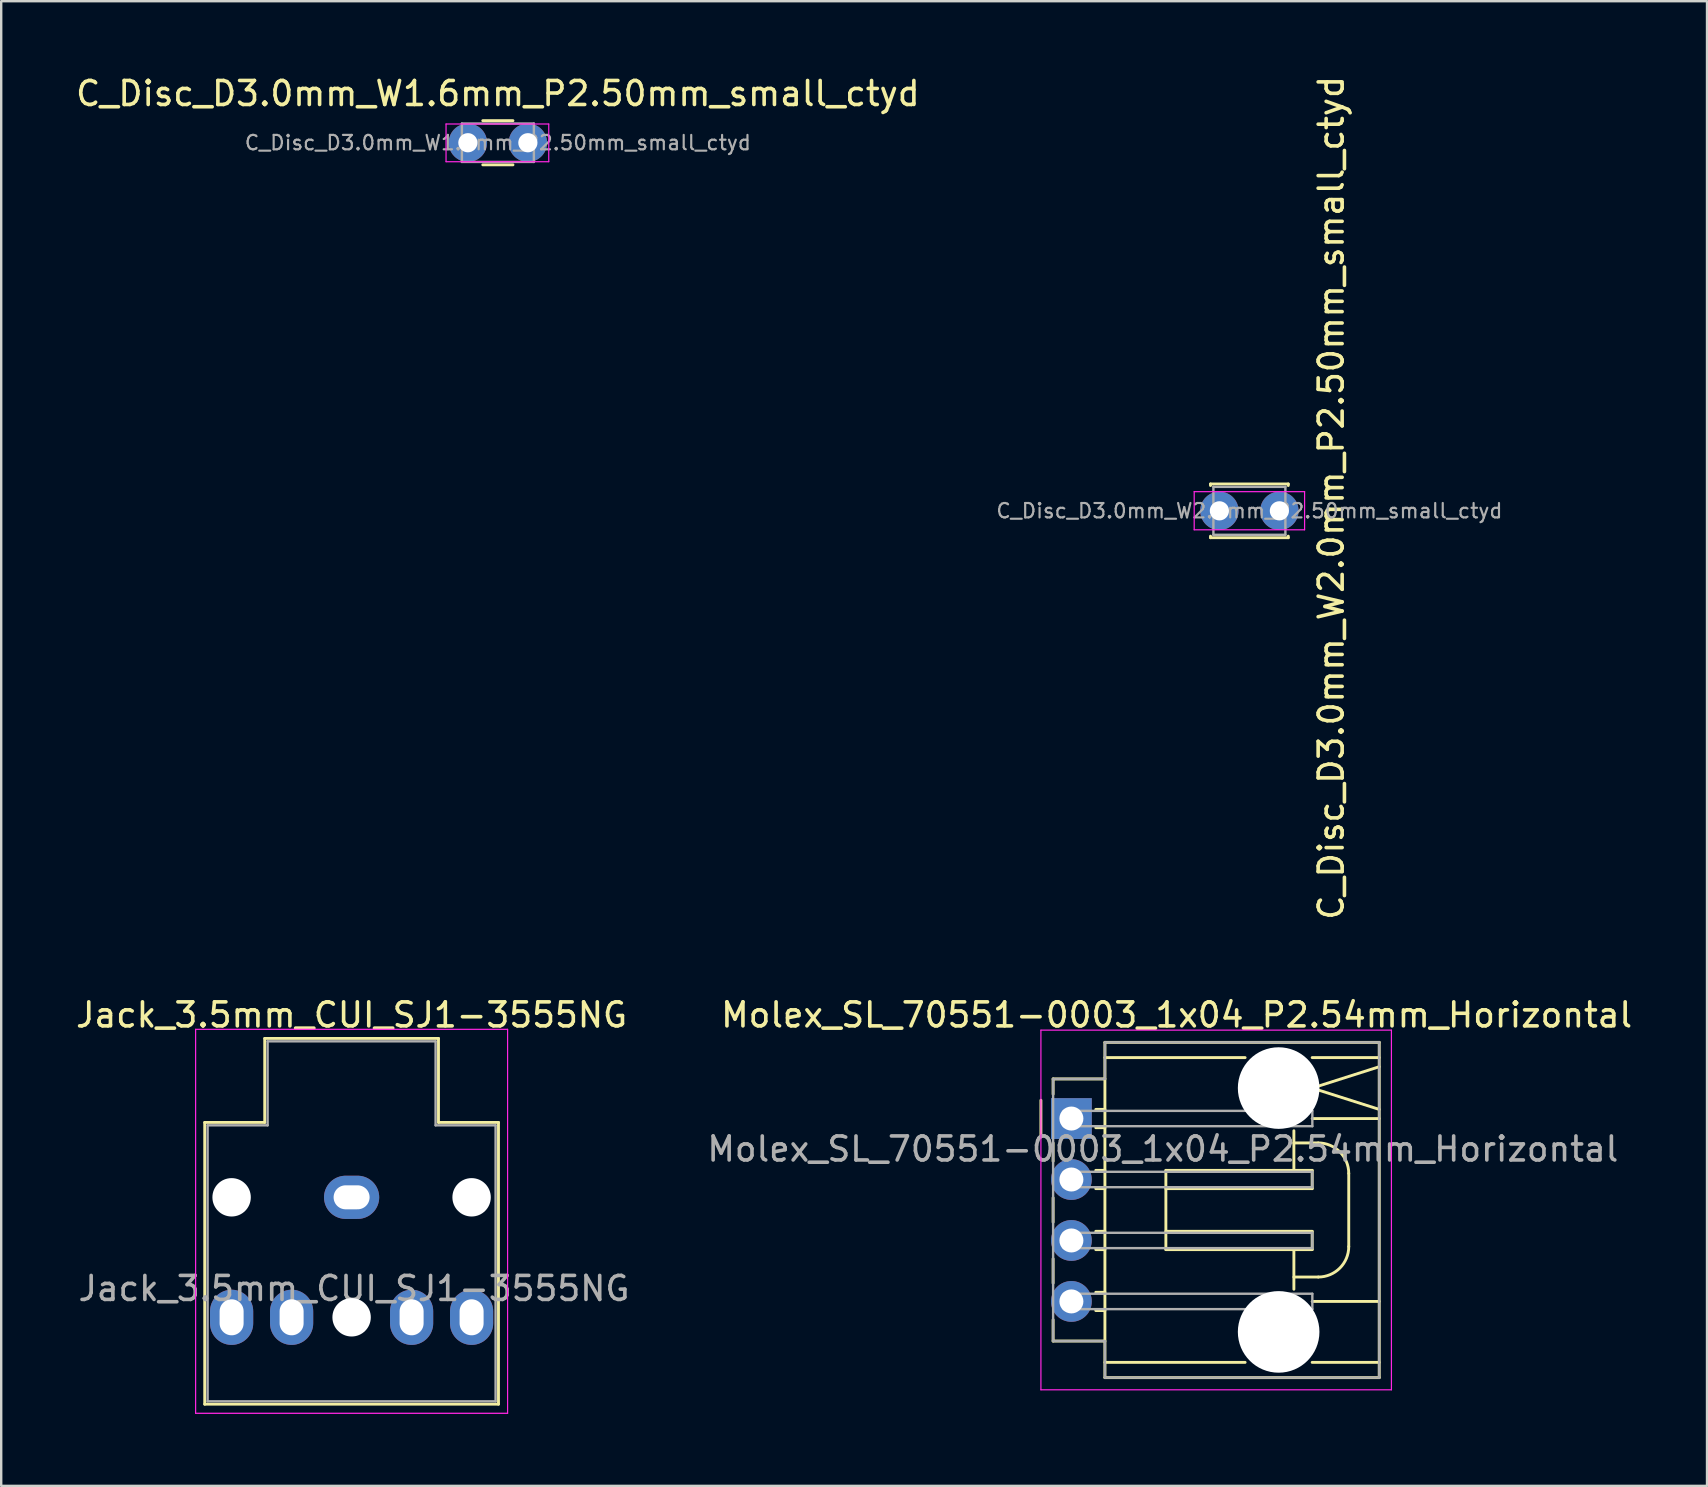
<source format=kicad_pcb>
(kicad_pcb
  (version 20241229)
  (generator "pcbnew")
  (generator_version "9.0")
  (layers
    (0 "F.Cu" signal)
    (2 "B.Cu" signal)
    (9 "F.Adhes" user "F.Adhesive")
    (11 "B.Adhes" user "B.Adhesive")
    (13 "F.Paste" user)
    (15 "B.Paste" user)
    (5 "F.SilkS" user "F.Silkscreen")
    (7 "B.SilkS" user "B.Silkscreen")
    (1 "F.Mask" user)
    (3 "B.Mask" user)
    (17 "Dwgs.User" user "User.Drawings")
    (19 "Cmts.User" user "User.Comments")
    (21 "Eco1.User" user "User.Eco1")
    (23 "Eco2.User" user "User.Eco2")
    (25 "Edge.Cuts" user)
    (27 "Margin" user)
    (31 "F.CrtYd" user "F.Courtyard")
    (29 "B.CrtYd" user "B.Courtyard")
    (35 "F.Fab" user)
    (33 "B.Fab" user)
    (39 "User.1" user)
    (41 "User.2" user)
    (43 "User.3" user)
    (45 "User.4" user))
  (footprint "C_Disc_D3.0mm_W1.6mm_P2.50mm_small_ctyd"
    (layer "F.Cu")
    (at 16.446 2.898)
    (property "Reference" "C_Disc_D3.0mm_W1.6mm_P2.50mm_small_ctyd" (at 1.25 -2.05 0) (layer "F.SilkS") (effects (font (size 1 1) (thickness 0.15))))
    (attr through_hole)
    (fp_line (start 0.621 -0.92) (end 1.879 -0.92) (stroke (width 0.12) (type solid)) (layer "F.SilkS"))
    (fp_line (start 0.621 0.92) (end 1.879 0.92) (stroke (width 0.12) (type solid)) (layer "F.SilkS"))
    (fp_line (start -0.91 -0.78) (end -0.91 0.79) (stroke (width 0.05) (type solid)) (layer "F.CrtYd"))
    (fp_line (start -0.91 0.79) (end 3.37 0.79) (stroke (width 0.05) (type solid)) (layer "F.CrtYd"))
    (fp_line (start 3.37 -0.78) (end -0.91 -0.78) (stroke (width 0.05) (type solid)) (layer "F.CrtYd"))
    (fp_line (start 3.37 0.79) (end 3.37 -0.78) (stroke (width 0.05) (type solid)) (layer "F.CrtYd"))
    (fp_line (start -0.25 -0.8) (end -0.25 0.8) (stroke (width 0.1) (type solid)) (layer "F.Fab"))
    (fp_line (start -0.25 0.8) (end 2.75 0.8) (stroke (width 0.1) (type solid)) (layer "F.Fab"))
    (fp_line (start 2.75 -0.8) (end -0.25 -0.8) (stroke (width 0.1) (type solid)) (layer "F.Fab"))
    (fp_line (start 2.75 0.8) (end 2.75 -0.8) (stroke (width 0.1) (type solid)) (layer "F.Fab"))
    (fp_text user "${REFERENCE}" (at 1.25 0 0) (layer "F.Fab") (effects (font (size 0.6 0.6) (thickness 0.09))))
    (pad "1" thru_hole circle (at 0 0) (size 1.6 1.6) (drill 0.8) (layers "*.Cu" "*.Mask"))
    (pad "2" thru_hole circle (at 2.5 0) (size 1.6 1.6) (drill 0.8) (layers "*.Cu" "*.Mask")))
  (footprint "Molex_SL_70551-0003_1x04_P2.54mm_Horizontal"
    (layer "F.Cu")
    (at 41.594 43.559)
    (property "Reference" "Molex_SL_70551-0003_1x04_P2.54mm_Horizontal" (at 4.385 -4.318 0) (layer "F.SilkS") (effects (font (size 1 1) (thickness 0.15))))
    (attr through_hole)
    (fp_line (start -1.27 0.762) (end -1.27 -0.762) (stroke (width 0.12) (type solid)) (layer "F.SilkS"))
    (fp_line (start -0.762 -1.016) (end -0.762 -1.651) (stroke (width 0.12) (type solid)) (layer "F.SilkS"))
    (fp_line (start -0.762 1.778) (end -0.762 1.016) (stroke (width 0.12) (type solid)) (layer "F.SilkS"))
    (fp_line (start -0.762 4.318) (end -0.762 3.302) (stroke (width 0.12) (type solid)) (layer "F.SilkS"))
    (fp_line (start -0.762 6.858) (end -0.762 5.842) (stroke (width 0.12) (type solid)) (layer "F.SilkS"))
    (fp_line (start -0.762 9.271) (end -0.762 8.382) (stroke (width 0.12) (type solid)) (layer "F.SilkS"))
    (fp_line (start -0.762 9.271) (end 1.397 9.271) (stroke (width 0.12) (type solid)) (layer "F.SilkS"))
    (fp_line (start 1.397 -3.175) (end 1.397 10.795) (stroke (width 0.12) (type solid)) (layer "F.SilkS"))
    (fp_line (start 1.397 -2.54) (end 7.239 -2.54) (stroke (width 0.12) (type solid)) (layer "F.SilkS"))
    (fp_line (start 1.397 -1.651) (end -0.762 -1.651) (stroke (width 0.12) (type solid)) (layer "F.SilkS"))
    (fp_line (start 1.397 -0.381) (end 1.016 -0.381) (stroke (width 0.12) (type solid)) (layer "F.SilkS"))
    (fp_line (start 1.397 0.381) (end 1.016 0.381) (stroke (width 0.12) (type solid)) (layer "F.SilkS"))
    (fp_line (start 1.397 2.159) (end 1.016 2.159) (stroke (width 0.12) (type solid)) (layer "F.SilkS"))
    (fp_line (start 1.397 2.921) (end 1.016 2.921) (stroke (width 0.12) (type solid)) (layer "F.SilkS"))
    (fp_line (start 1.397 4.699) (end 1.016 4.699) (stroke (width 0.12) (type solid)) (layer "F.SilkS"))
    (fp_line (start 1.397 5.461) (end 1.016 5.461) (stroke (width 0.12) (type solid)) (layer "F.SilkS"))
    (fp_line (start 1.397 7.239) (end 1.016 7.239) (stroke (width 0.12) (type solid)) (layer "F.SilkS"))
    (fp_line (start 1.397 8.001) (end 1.016 8.001) (stroke (width 0.12) (type solid)) (layer "F.SilkS"))
    (fp_line (start 1.397 10.16) (end 7.239 10.16) (stroke (width 0.12) (type solid)) (layer "F.SilkS"))
    (fp_line (start 1.397 10.795) (end 12.827 10.795) (stroke (width 0.12) (type solid)) (layer "F.SilkS"))
    (fp_line (start 3.937 2.159) (end 3.937 5.461) (stroke (width 0.12) (type solid)) (layer "F.SilkS"))
    (fp_line (start 3.937 4.699) (end 10.033 4.699) (stroke (width 0.12) (type solid)) (layer "F.SilkS"))
    (fp_line (start 3.937 5.461) (end 10.033 5.461) (stroke (width 0.12) (type solid)) (layer "F.SilkS"))
    (fp_line (start 9.271 0.508) (end 9.271 2.159) (stroke (width 0.12) (type solid)) (layer "F.SilkS"))
    (fp_line (start 9.271 1.016) (end 10.287 1.016) (stroke (width 0.12) (type solid)) (layer "F.SilkS"))
    (fp_line (start 9.271 5.461) (end 9.271 7.112) (stroke (width 0.12) (type solid)) (layer "F.SilkS"))
    (fp_line (start 9.271 6.604) (end 10.287 6.604) (stroke (width 0.12) (type solid)) (layer "F.SilkS"))
    (fp_line (start 10.033 -2.54) (end 12.827 -2.54) (stroke (width 0.12) (type solid)) (layer "F.SilkS"))
    (fp_line (start 10.033 -1.27) (end 12.827 -0.381) (stroke (width 0.12) (type solid)) (layer "F.SilkS"))
    (fp_line (start 10.033 2.159) (end 3.937 2.159) (stroke (width 0.12) (type solid)) (layer "F.SilkS"))
    (fp_line (start 10.033 2.159) (end 10.033 2.921) (stroke (width 0.12) (type solid)) (layer "F.SilkS"))
    (fp_line (start 10.033 2.921) (end 3.937 2.921) (stroke (width 0.12) (type solid)) (layer "F.SilkS"))
    (fp_line (start 10.033 4.699) (end 10.033 5.461) (stroke (width 0.12) (type solid)) (layer "F.SilkS"))
    (fp_line (start 10.033 7.62) (end 12.827 7.62) (stroke (width 0.12) (type solid)) (layer "F.SilkS"))
    (fp_line (start 10.033 10.16) (end 12.827 10.16) (stroke (width 0.12) (type solid)) (layer "F.SilkS"))
    (fp_line (start 11.557 2.286) (end 11.557 5.334) (stroke (width 0.12) (type solid)) (layer "F.SilkS"))
    (fp_line (start 12.827 -3.175) (end 1.397 -3.175) (stroke (width 0.12) (type solid)) (layer "F.SilkS"))
    (fp_line (start 12.827 -2.159) (end 10.033 -1.27) (stroke (width 0.12) (type solid)) (layer "F.SilkS"))
    (fp_line (start 12.827 0) (end 10.033 0) (stroke (width 0.12) (type solid)) (layer "F.SilkS"))
    (fp_line (start 12.827 10.795) (end 12.827 -3.175) (stroke (width 0.12) (type solid)) (layer "F.SilkS"))
    (fp_arc (start 10.287 1.016) (mid 11.185026 1.387974) (end 11.557 2.286) (stroke (width 0.12) (type solid)) (layer "F.SilkS"))
    (fp_arc (start 11.557 5.334) (mid 11.185026 6.232026) (end 10.287 6.604) (stroke (width 0.12) (type solid)) (layer "F.SilkS"))
    (fp_line (start -1.27 -3.683) (end -1.27 11.303) (stroke (width 0.05) (type solid)) (layer "F.CrtYd"))
    (fp_line (start -1.27 11.303) (end 13.335 11.303) (stroke (width 0.05) (type solid)) (layer "F.CrtYd"))
    (fp_line (start 13.335 -3.683) (end -1.27 -3.683) (stroke (width 0.05) (type solid)) (layer "F.CrtYd"))
    (fp_line (start 13.335 11.303) (end 13.335 -3.683) (stroke (width 0.05) (type solid)) (layer "F.CrtYd"))
    (fp_line (start -0.762 -1.651) (end 1.397 -1.651) (stroke (width 0.1) (type solid)) (layer "F.Fab"))
    (fp_line (start -0.762 9.271) (end -0.762 -1.651) (stroke (width 0.1) (type solid)) (layer "F.Fab"))
    (fp_line (start -0.32 -0.32) (end -0.32 0.32) (stroke (width 0.1) (type solid)) (layer "F.Fab"))
    (fp_line (start -0.32 -0.32) (end 10.04 -0.32) (stroke (width 0.1) (type solid)) (layer "F.Fab"))
    (fp_line (start -0.32 0.32) (end 10.04 0.32) (stroke (width 0.1) (type solid)) (layer "F.Fab"))
    (fp_line (start -0.32 2.22) (end -0.32 2.86) (stroke (width 0.1) (type solid)) (layer "F.Fab"))
    (fp_line (start -0.32 2.22) (end 10.04 2.22) (stroke (width 0.1) (type solid)) (layer "F.Fab"))
    (fp_line (start -0.32 2.86) (end 10.04 2.86) (stroke (width 0.1) (type solid)) (layer "F.Fab"))
    (fp_line (start -0.32 4.76) (end -0.32 5.4) (stroke (width 0.1) (type solid)) (layer "F.Fab"))
    (fp_line (start -0.32 4.76) (end 10.04 4.76) (stroke (width 0.1) (type solid)) (layer "F.Fab"))
    (fp_line (start -0.32 5.4) (end 10.04 5.4) (stroke (width 0.1) (type solid)) (layer "F.Fab"))
    (fp_line (start -0.32 7.3) (end -0.32 7.94) (stroke (width 0.1) (type solid)) (layer "F.Fab"))
    (fp_line (start -0.32 7.3) (end 10.04 7.3) (stroke (width 0.1) (type solid)) (layer "F.Fab"))
    (fp_line (start -0.32 7.94) (end 10.04 7.94) (stroke (width 0.1) (type solid)) (layer "F.Fab"))
    (fp_line (start 1.397 -3.175) (end 12.827 -3.175) (stroke (width 0.1) (type solid)) (layer "F.Fab"))
    (fp_line (start 1.397 -1.651) (end 1.397 -3.175) (stroke (width 0.1) (type solid)) (layer "F.Fab"))
    (fp_line (start 1.397 9.271) (end -0.762 9.271) (stroke (width 0.1) (type solid)) (layer "F.Fab"))
    (fp_line (start 1.397 10.795) (end 1.397 9.271) (stroke (width 0.1) (type solid)) (layer "F.Fab"))
    (fp_line (start 10.04 -0.32) (end 10.04 0.32) (stroke (width 0.1) (type solid)) (layer "F.Fab"))
    (fp_line (start 10.04 2.22) (end 10.04 2.86) (stroke (width 0.1) (type solid)) (layer "F.Fab"))
    (fp_line (start 10.04 4.76) (end 10.04 5.4) (stroke (width 0.1) (type solid)) (layer "F.Fab"))
    (fp_line (start 10.04 7.3) (end 10.04 7.94) (stroke (width 0.1) (type solid)) (layer "F.Fab"))
    (fp_line (start 12.827 -3.175) (end 12.827 10.795) (stroke (width 0.1) (type solid)) (layer "F.Fab"))
    (fp_line (start 12.827 10.795) (end 1.397 10.795) (stroke (width 0.1) (type solid)) (layer "F.Fab"))
    (fp_text user "${REFERENCE}" (at 3.81 1.27 180) (layer "F.Fab") (effects (font (size 1 1) (thickness 0.15))))
    (pad "" np_thru_hole circle (at 8.636 -1.27) (size 3.4 3.4) (drill 3.4) (layers "*.Cu" "*.Mask"))
    (pad "" np_thru_hole circle (at 8.636 8.89) (size 3.4 3.4) (drill 3.4) (layers "*.Cu" "*.Mask"))
    (pad "1" thru_hole rect (at 0 0) (size 1.7 1.7) (drill 1) (layers "*.Cu" "*.Mask"))
    (pad "2" thru_hole oval (at 0 2.54) (size 1.7 1.7) (drill 1) (layers "*.Cu" "*.Mask"))
    (pad "3" thru_hole oval (at 0 5.08) (size 1.7 1.7) (drill 1) (layers "*.Cu" "*.Mask"))
    (pad "4" thru_hole oval (at 0 7.62) (size 1.7 1.7) (drill 1) (layers "*.Cu" "*.Mask")))
  (footprint "C_Disc_D3.0mm_W2.0mm_P2.50mm_small_ctyd"
    (layer "F.Cu")
    (at 47.761 18.236)
    (property "Reference" "C_Disc_D3.0mm_W2.0mm_P2.50mm_small_ctyd" (at 4.66 -0.54 270) (layer "F.SilkS") (effects (font (size 1 1) (thickness 0.15))))
    (attr through_hole)
    (fp_line (start -0.37 -1.12) (end -0.37 -1.055) (stroke (width 0.12) (type solid)) (layer "F.SilkS"))
    (fp_line (start -0.37 -1.12) (end 2.87 -1.12) (stroke (width 0.12) (type solid)) (layer "F.SilkS"))
    (fp_line (start -0.37 1.055) (end -0.37 1.12) (stroke (width 0.12) (type solid)) (layer "F.SilkS"))
    (fp_line (start -0.37 1.12) (end 2.87 1.12) (stroke (width 0.12) (type solid)) (layer "F.SilkS"))
    (fp_line (start 2.87 -1.12) (end 2.87 -1.055) (stroke (width 0.12) (type solid)) (layer "F.SilkS"))
    (fp_line (start 2.87 1.055) (end 2.87 1.12) (stroke (width 0.12) (type solid)) (layer "F.SilkS"))
    (fp_line (start -1.05 -0.8) (end -1.05 0.79) (stroke (width 0.05) (type solid)) (layer "F.CrtYd"))
    (fp_line (start -1.05 0.79) (end 3.55 0.79) (stroke (width 0.05) (type solid)) (layer "F.CrtYd"))
    (fp_line (start 3.55 -0.8) (end -1.05 -0.8) (stroke (width 0.05) (type solid)) (layer "F.CrtYd"))
    (fp_line (start 3.55 0.79) (end 3.55 -0.8) (stroke (width 0.05) (type solid)) (layer "F.CrtYd"))
    (fp_line (start -0.25 -1) (end -0.25 1) (stroke (width 0.1) (type solid)) (layer "F.Fab"))
    (fp_line (start -0.25 1) (end 2.75 1) (stroke (width 0.1) (type solid)) (layer "F.Fab"))
    (fp_line (start 2.75 -1) (end -0.25 -1) (stroke (width 0.1) (type solid)) (layer "F.Fab"))
    (fp_line (start 2.75 1) (end 2.75 -1) (stroke (width 0.1) (type solid)) (layer "F.Fab"))
    (fp_text user "${REFERENCE}" (at 1.25 0 0) (layer "F.Fab") (effects (font (size 0.6 0.6) (thickness 0.09))))
    (pad "1" thru_hole circle (at 0 0) (size 1.6 1.6) (drill 0.8) (layers "*.Cu" "*.Mask"))
    (pad "2" thru_hole circle (at 2.5 0) (size 1.6 1.6) (drill 0.8) (layers "*.Cu" "*.Mask")))
  (footprint "Jack_3.5mm_CUI_SJ1-3555NG"
    (layer "F.Cu")
    (at 11.601 46.841)
    (property "Reference" "Jack_3.5mm_CUI_SJ1-3555NG" (at 0 -7.6 0) (layer "F.SilkS") (effects (font (size 1 1) (thickness 0.15))))
    (attr through_hole)
    (fp_line (start -6.12 -3.12) (end -3.62 -3.12) (stroke (width 0.12) (type solid)) (layer "F.SilkS"))
    (fp_line (start -6.12 8.62) (end -6.12 -3.12) (stroke (width 0.12) (type solid)) (layer "F.SilkS"))
    (fp_line (start -3.62 -6.62) (end 3.62 -6.62) (stroke (width 0.12) (type solid)) (layer "F.SilkS"))
    (fp_line (start -3.62 -3.12) (end -3.62 -6.62) (stroke (width 0.12) (type solid)) (layer "F.SilkS"))
    (fp_line (start 3.62 -6.62) (end 3.62 -3.12) (stroke (width 0.12) (type solid)) (layer "F.SilkS"))
    (fp_line (start 3.62 -3.12) (end 6.12 -3.12) (stroke (width 0.12) (type solid)) (layer "F.SilkS"))
    (fp_line (start 6.12 -3.12) (end 6.12 8.62) (stroke (width 0.12) (type solid)) (layer "F.SilkS"))
    (fp_line (start 6.12 8.62) (end -6.12 8.62) (stroke (width 0.12) (type solid)) (layer "F.SilkS"))
    (fp_line (start -6.5 -7) (end -6.5 9) (stroke (width 0.05) (type solid)) (layer "F.CrtYd"))
    (fp_line (start -6.5 9) (end 6.5 9) (stroke (width 0.05) (type solid)) (layer "F.CrtYd"))
    (fp_line (start 6.5 -7) (end -6.5 -7) (stroke (width 0.05) (type solid)) (layer "F.CrtYd"))
    (fp_line (start 6.5 9) (end 6.5 -7) (stroke (width 0.05) (type solid)) (layer "F.CrtYd"))
    (fp_line (start -6 -3) (end -3.5 -3) (stroke (width 0.1) (type solid)) (layer "F.Fab"))
    (fp_line (start -6 8.5) (end -6 -3) (stroke (width 0.1) (type solid)) (layer "F.Fab"))
    (fp_line (start -3.5 -6.5) (end 3.5 -6.5) (stroke (width 0.1) (type solid)) (layer "F.Fab"))
    (fp_line (start -3.5 -3) (end -3.5 -6.5) (stroke (width 0.1) (type solid)) (layer "F.Fab"))
    (fp_line (start 3.5 -6.5) (end 3.5 -3) (stroke (width 0.1) (type solid)) (layer "F.Fab"))
    (fp_line (start 3.5 -3) (end 6 -3) (stroke (width 0.1) (type solid)) (layer "F.Fab"))
    (fp_line (start 6 -3) (end 6 8.5) (stroke (width 0.1) (type solid)) (layer "F.Fab"))
    (fp_line (start 6 8.5) (end -6 8.5) (stroke (width 0.1) (type solid)) (layer "F.Fab"))
    (fp_text user "${REFERENCE}" (at 0.1 3.8 0) (layer "F.Fab") (effects (font (size 1 1) (thickness 0.15))))
    (pad "" np_thru_hole circle (at -5 0) (size 1.6 1.6) (drill 1.6) (layers "*.Cu" "*.Mask"))
    (pad "" np_thru_hole circle (at 0 5) (size 1.6 1.6) (drill 1.6) (layers "*.Cu" "*.Mask"))
    (pad "" np_thru_hole circle (at 5 0) (size 1.6 1.6) (drill 1.6) (layers "*.Cu" "*.Mask"))
    (pad "R" thru_hole oval (at 5 5 90) (size 2.3 1.8) (drill oval 1.5 1) (layers "*.Cu" "*.Mask"))
    (pad "RN" thru_hole oval (at 2.5 5 90) (size 2.3 1.8) (drill oval 1.5 1) (layers "*.Cu" "*.Mask"))
    (pad "S" thru_hole oval (at 0 0) (size 2.3 1.8) (drill oval 1.5 1) (layers "*.Cu" "*.Mask"))
    (pad "T" thru_hole oval (at -5 5 90) (size 2.3 1.8) (drill oval 1.5 1) (layers "*.Cu" "*.Mask"))
    (pad "TN" thru_hole oval (at -2.5 5 90) (size 2.3 1.8) (drill oval 1.5 1) (layers "*.Cu" "*.Mask")))
  (gr_rect
    (start -3 -3)
    (end 68.08 58.866)
    (stroke (width 0.1) (type default))
    (fill no)
    (layer "Edge.Cuts")))
</source>
